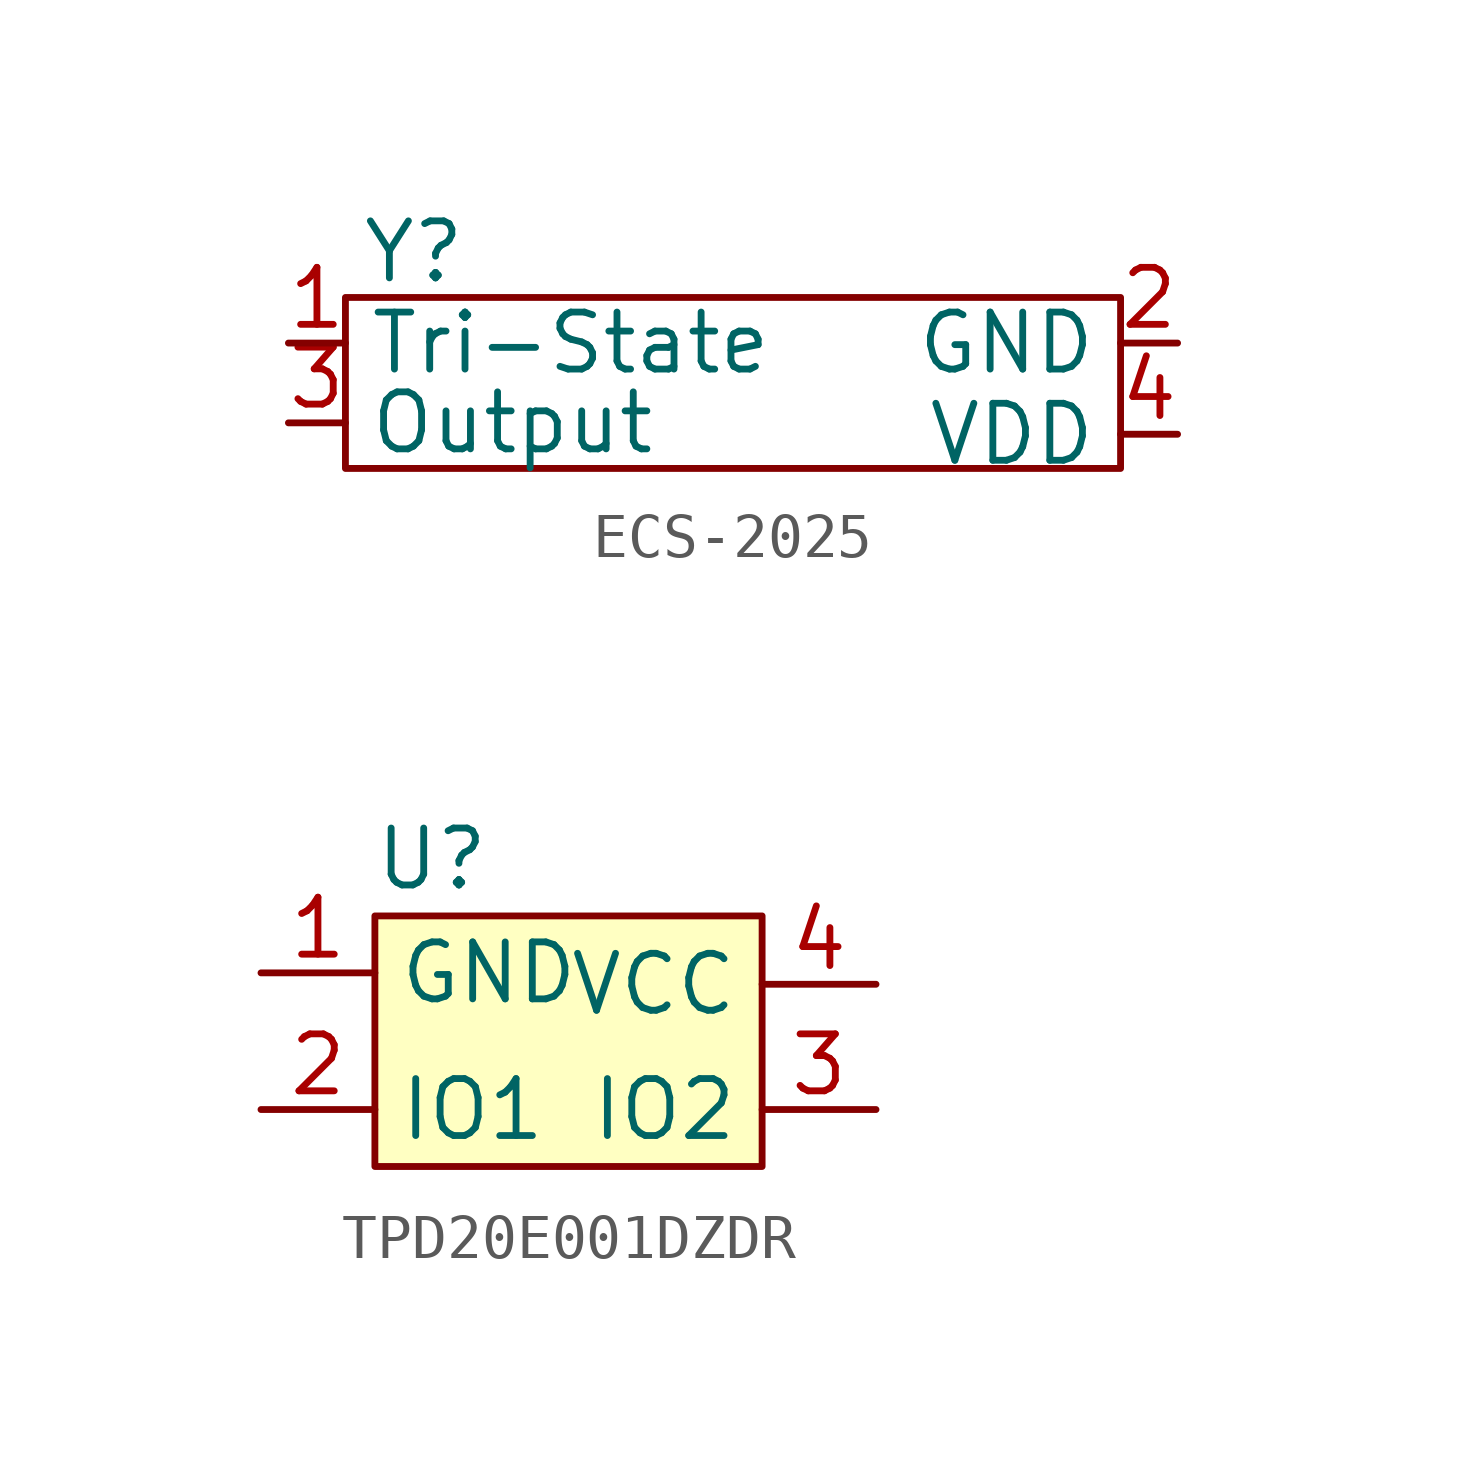
<source format=kicad_sym>
(kicad_symbol_lib
  (version 20241209)
  (generator "kicad_symbol_editor")
  (generator_version "9.0")
  (symbol "ECS-2025"
    (property "Reference" "Y"
      (at -7.112 2.794 0)
      (effects (font (size 1.27 1.27))))
    (property "Value" ""
      (at 1.778 0 0)
      (effects (font (size 1.27 1.27))))
    (symbol "ECS-2025_0_1"
      (rectangle (start -8.636 1.778) (end 8.636 -2.032) (stroke (width 0) (type default)) (fill (type none))))
    (symbol "ECS-2025_1_0"
      (pin input line (at -9.906 -1.016 0) (length 1.27) (name "Output" (effects (font (size 1.27 1.27)))) (number "3" (effects (font (size 1.27 1.27)))))
      (pin input line (at 9.906 0.762 180) (length 1.27) (name "GND" (effects (font (size 1.27 1.27)))) (number "2" (effects (font (size 1.27 1.27)))))
      (pin input line (at 9.906 -1.27 180) (length 1.27) (name "VDD" (effects (font (size 1.27 1.27)))) (number "4" (effects (font (size 1.27 1.27))))))
    (symbol "ECS-2025_1_1"
      (pin input line (at -9.906 0.762 0) (length 1.27) (name "Tri-State" (effects (font (size 1.27 1.27)))) (number "1" (effects (font (size 1.27 1.27)))))))
  (symbol "TPD20E001DZDR"
    (property "Reference" "U"
      (at 0 0 0)
      (effects (font (size 1.27 1.27))))
    (property "Value" ""
      (at 0 0 0)
      (effects (font (size 1.27 1.27))))
    (symbol "TPD20E001DZDR_0_0"
      (pin unspecified line (at -3.81 -2.54 0) (length 2.54) (name "GND" (effects (font (size 1.27 1.27)))) (number "1" (effects (font (size 1.27 1.27)))))
      (pin unspecified line (at -3.81 -5.588 0) (length 2.54) (name "IO1" (effects (font (size 1.27 1.27)))) (number "2" (effects (font (size 1.27 1.27)))))
      (pin unspecified line (at 9.906 -2.794 180) (length 2.54) (name "VCC" (effects (font (size 1.27 1.27)))) (number "4" (effects (font (size 1.27 1.27)))))
      (pin unspecified line (at 9.906 -5.588 180) (length 2.54) (name "IO2" (effects (font (size 1.27 1.27)))) (number "3" (effects (font (size 1.27 1.27))))))
    (symbol "TPD20E001DZDR_1_1"
      (rectangle (start -1.27 -1.27) (end 7.366 -6.858) (stroke (width 0) (type default)) (fill (type background))))))
</source>
